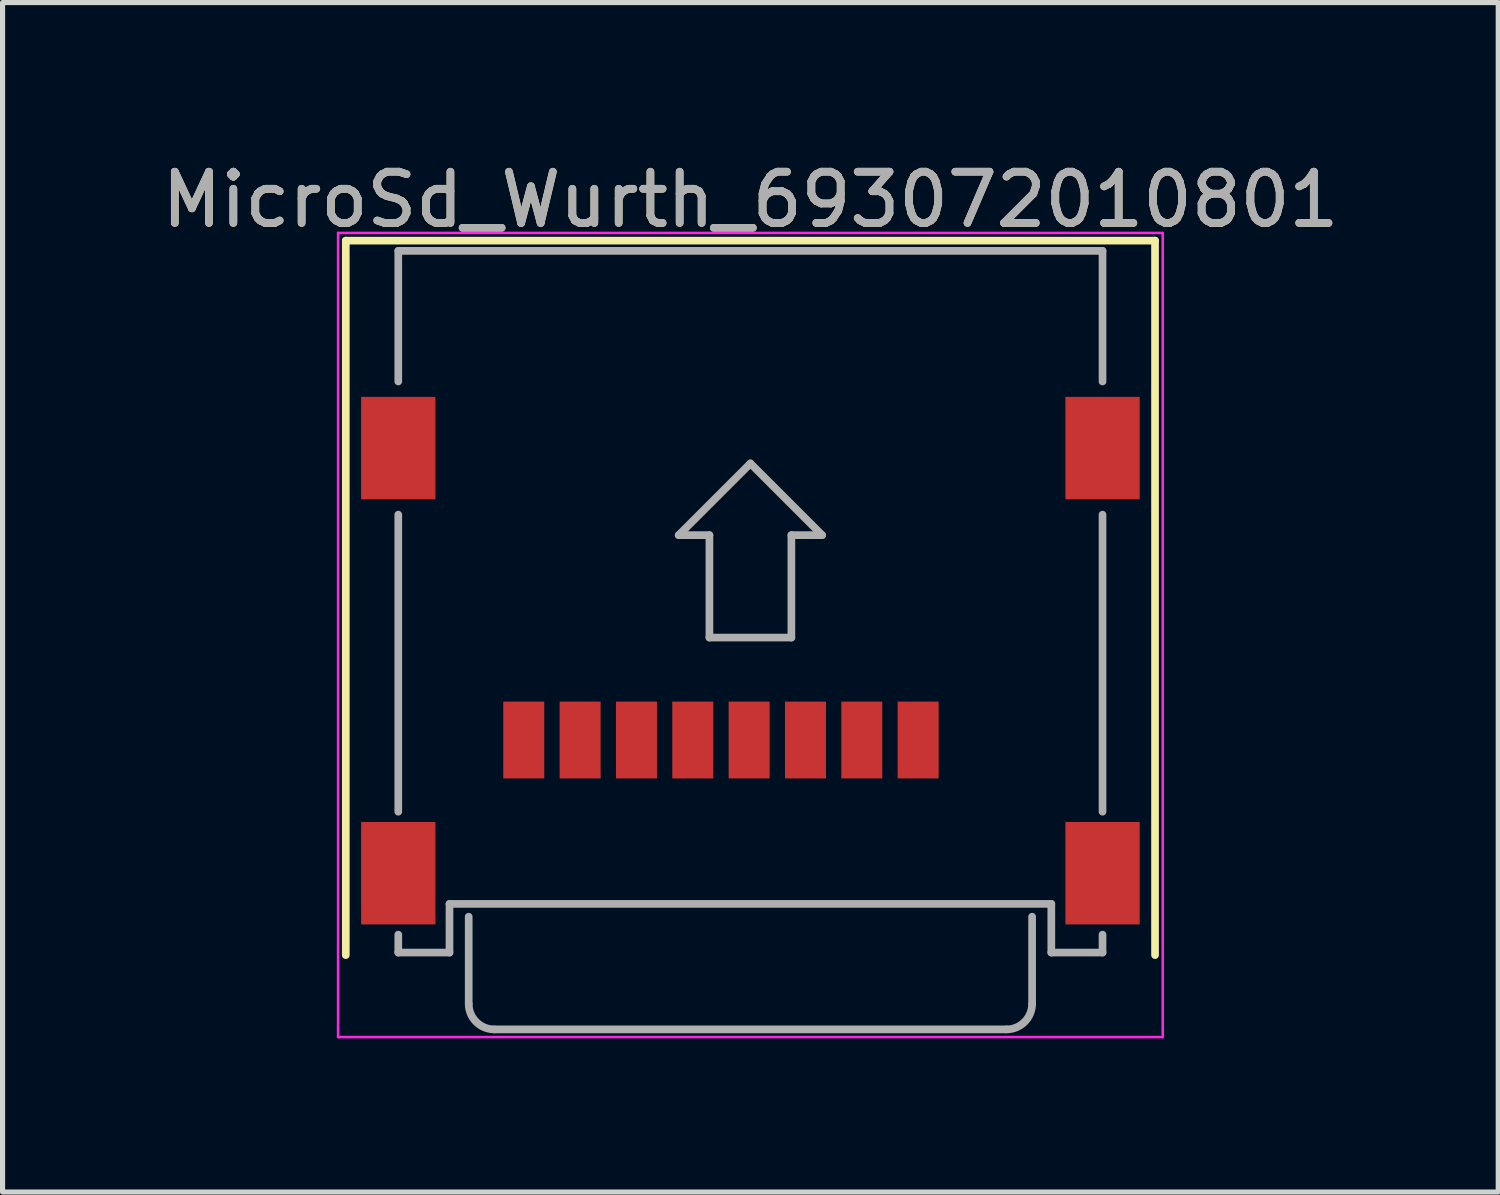
<source format=kicad_pcb>
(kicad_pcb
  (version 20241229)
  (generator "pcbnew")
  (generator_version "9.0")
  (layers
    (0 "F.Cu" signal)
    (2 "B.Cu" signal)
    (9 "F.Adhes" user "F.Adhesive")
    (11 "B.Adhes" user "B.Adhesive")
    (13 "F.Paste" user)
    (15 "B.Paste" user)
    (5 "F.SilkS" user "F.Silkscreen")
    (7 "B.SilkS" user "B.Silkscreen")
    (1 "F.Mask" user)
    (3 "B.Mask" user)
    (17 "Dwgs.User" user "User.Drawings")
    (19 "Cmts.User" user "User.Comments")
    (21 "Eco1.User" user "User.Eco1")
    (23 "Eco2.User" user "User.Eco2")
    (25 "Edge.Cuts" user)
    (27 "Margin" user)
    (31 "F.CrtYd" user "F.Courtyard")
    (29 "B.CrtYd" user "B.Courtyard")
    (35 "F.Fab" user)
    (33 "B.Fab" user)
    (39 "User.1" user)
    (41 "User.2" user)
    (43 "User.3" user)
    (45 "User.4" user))
  (footprint "MicroSd_Wurth_693072010801"
    (layer "F.Cu")
    (at 11.601 9.848)
    (property "Reference" "MicroSd_Wurth_693072010801" (at 0 -9 0) (layer "F.SilkS") (effects (font (size 1 1) (thickness 0.15))))
    (attr smd)
    (fp_line (start -7.9 -8.2) (end -7.9 5.75) (stroke (width 0.15) (type solid)) (layer "F.SilkS"))
    (fp_line (start 7.9 -8.2) (end -7.9 -8.2) (stroke (width 0.15) (type solid)) (layer "F.SilkS"))
    (fp_line (start 7.9 5.75) (end 7.9 -8.2) (stroke (width 0.15) (type solid)) (layer "F.SilkS"))
    (fp_line (start -8.05 -8.35) (end 8.05 -8.35) (stroke (width 0.05) (type solid)) (layer "F.CrtYd"))
    (fp_line (start -8.05 7.35) (end -8.05 -8.35) (stroke (width 0.05) (type solid)) (layer "F.CrtYd"))
    (fp_line (start 8.05 -8.35) (end 8.05 7.35) (stroke (width 0.05) (type solid)) (layer "F.CrtYd"))
    (fp_line (start 8.05 7.35) (end -8.05 7.35) (stroke (width 0.05) (type solid)) (layer "F.CrtYd"))
    (fp_line (start -6.875 -8) (end -6.875 -5.45) (stroke (width 0.15) (type solid)) (layer "F.Fab"))
    (fp_line (start -6.875 -2.85) (end -6.875 2.95) (stroke (width 0.15) (type solid)) (layer "F.Fab"))
    (fp_line (start -6.875 5.7) (end -6.875 5.35) (stroke (width 0.15) (type solid)) (layer "F.Fab"))
    (fp_line (start -5.875 4.75) (end -5.875 5.7) (stroke (width 0.15) (type solid)) (layer "F.Fab"))
    (fp_line (start -5.875 5.7) (end -6.875 5.7) (stroke (width 0.15) (type solid)) (layer "F.Fab"))
    (fp_line (start -5.5 6.7) (end -5.5 5) (stroke (width 0.15) (type solid)) (layer "F.Fab"))
    (fp_line (start -1.4 -2.45) (end 0 -3.85) (stroke (width 0.15) (type solid)) (layer "F.Fab"))
    (fp_line (start -0.8 -2.45) (end -1.4 -2.45) (stroke (width 0.15) (type solid)) (layer "F.Fab"))
    (fp_line (start -0.8 -0.45) (end -0.8 -2.45) (stroke (width 0.15) (type solid)) (layer "F.Fab"))
    (fp_line (start 0 -3.85) (end 1.4 -2.45) (stroke (width 0.15) (type solid)) (layer "F.Fab"))
    (fp_line (start 0.8 -2.45) (end 0.8 -0.45) (stroke (width 0.15) (type solid)) (layer "F.Fab"))
    (fp_line (start 0.8 -0.45) (end -0.8 -0.45) (stroke (width 0.15) (type solid)) (layer "F.Fab"))
    (fp_line (start 1.4 -2.45) (end 0.8 -2.45) (stroke (width 0.15) (type solid)) (layer "F.Fab"))
    (fp_line (start 5 7.2) (end -5 7.2) (stroke (width 0.15) (type solid)) (layer "F.Fab"))
    (fp_line (start 5.5 6.7) (end 5.5 5) (stroke (width 0.15) (type solid)) (layer "F.Fab"))
    (fp_line (start 5.875 4.75) (end -5.875 4.75) (stroke (width 0.15) (type solid)) (layer "F.Fab"))
    (fp_line (start 5.875 5.7) (end 5.875 4.75) (stroke (width 0.15) (type solid)) (layer "F.Fab"))
    (fp_line (start 6.875 -8) (end -6.875 -8) (stroke (width 0.15) (type solid)) (layer "F.Fab"))
    (fp_line (start 6.875 -5.45) (end 6.875 -8) (stroke (width 0.15) (type solid)) (layer "F.Fab"))
    (fp_line (start 6.875 -2.85) (end 6.875 2.95) (stroke (width 0.15) (type solid)) (layer "F.Fab"))
    (fp_line (start 6.875 5.35) (end 6.875 5.7) (stroke (width 0.15) (type solid)) (layer "F.Fab"))
    (fp_line (start 6.875 5.7) (end 5.875 5.7) (stroke (width 0.15) (type solid)) (layer "F.Fab"))
    (fp_arc (start -5 7.2) (mid -5.353553 7.053553) (end -5.5 6.7) (stroke (width 0.15) (type solid)) (layer "F.Fab"))
    (fp_arc (start 5.5 6.7) (mid 5.353553 7.053553) (end 5 7.2) (stroke (width 0.15) (type solid)) (layer "F.Fab"))
    (fp_text user "${REFERENCE}" (at 0 -9 0) (layer "F.Fab") (effects (font (size 1 1) (thickness 0.15))))
    (pad "1" smd rect (at 3.275 1.55) (size 0.8 1.5) (layers "F.Cu" "F.Mask" "F.Paste"))
    (pad "2" smd rect (at 2.175 1.55) (size 0.8 1.5) (layers "F.Cu" "F.Mask" "F.Paste"))
    (pad "3" smd rect (at 1.075 1.55) (size 0.8 1.5) (layers "F.Cu" "F.Mask" "F.Paste"))
    (pad "4" smd rect (at -0.025 1.55) (size 0.8 1.5) (layers "F.Cu" "F.Mask" "F.Paste"))
    (pad "5" smd rect (at -1.125 1.55) (size 0.8 1.5) (layers "F.Cu" "F.Mask" "F.Paste"))
    (pad "6" smd rect (at -2.225 1.55) (size 0.8 1.5) (layers "F.Cu" "F.Mask" "F.Paste"))
    (pad "7" smd rect (at -3.325 1.55) (size 0.8 1.5) (layers "F.Cu" "F.Mask" "F.Paste"))
    (pad "8" smd rect (at -4.425 1.55) (size 0.8 1.5) (layers "F.Cu" "F.Mask" "F.Paste"))
    (pad "9" smd rect (at -6.875 -4.15) (size 1.45 2) (layers "F.Cu" "F.Mask" "F.Paste"))
    (pad "9" smd rect (at -6.875 4.15) (size 1.45 2) (layers "F.Cu" "F.Mask" "F.Paste"))
    (pad "9" smd rect (at 6.875 -4.15) (size 1.45 2) (layers "F.Cu" "F.Mask" "F.Paste"))
    (pad "9" smd rect (at 6.875 4.15) (size 1.45 2) (layers "F.Cu" "F.Mask" "F.Paste")))
  (gr_rect
    (start -3 -3)
    (end 26.202 20.223)
    (stroke (width 0.1) (type default))
    (fill no)
    (layer "Edge.Cuts")))
</source>
